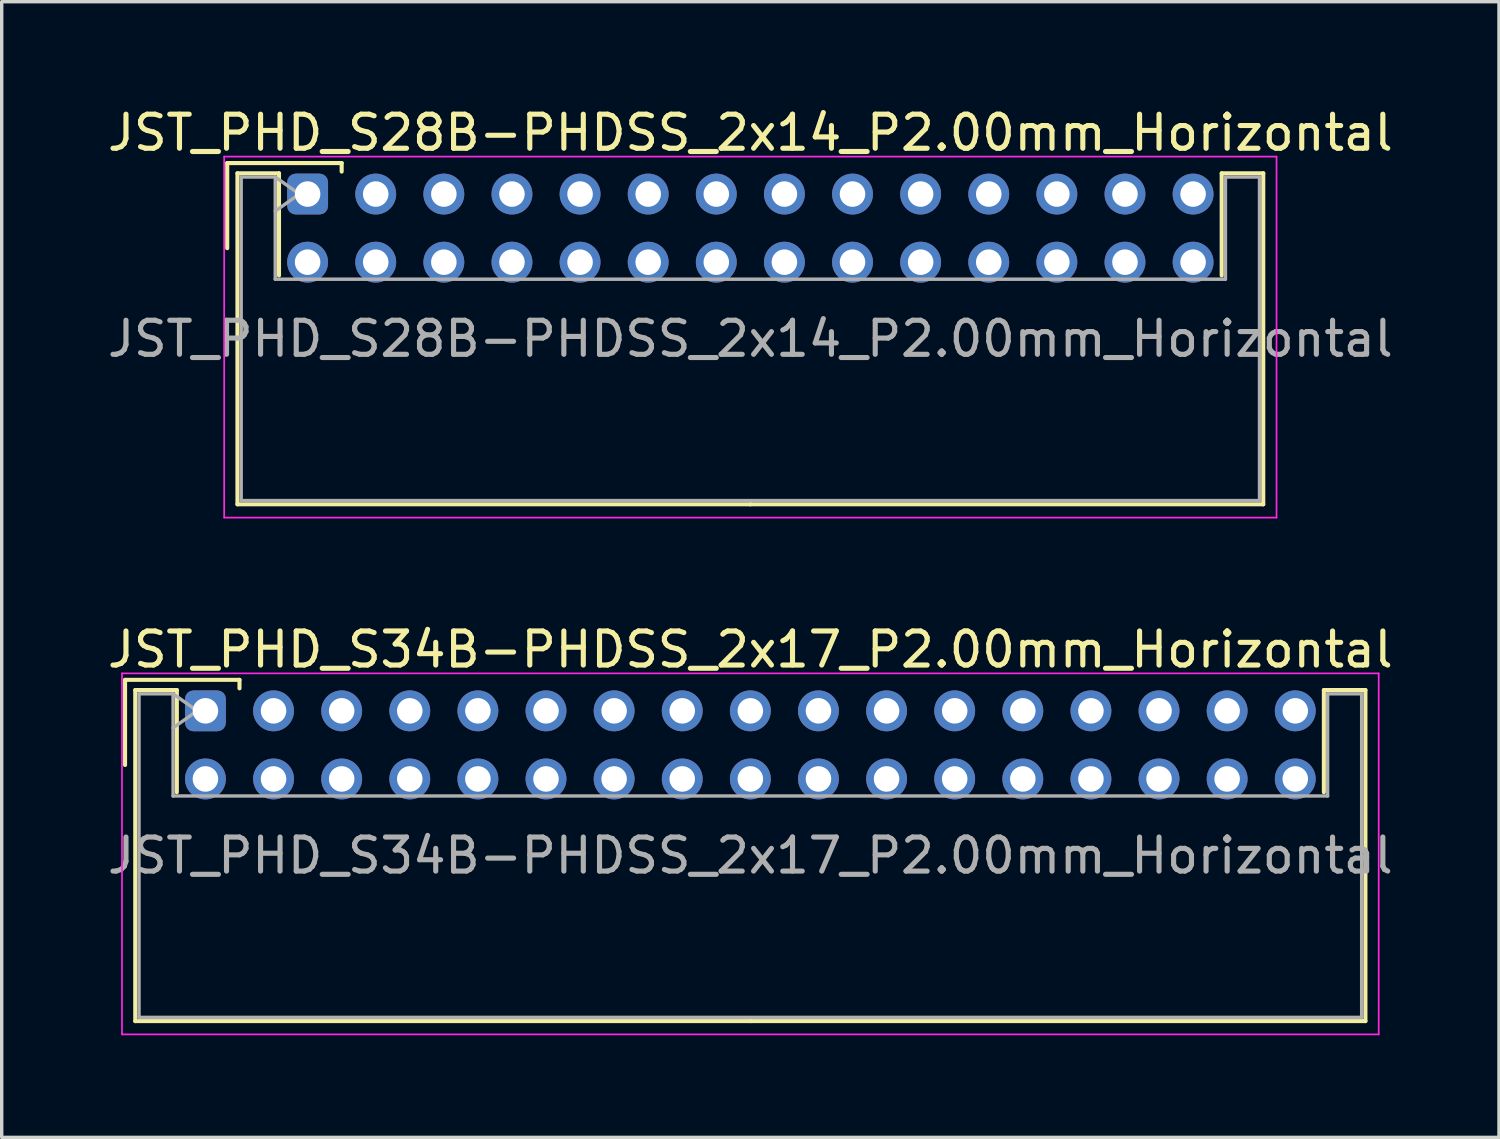
<source format=kicad_pcb>
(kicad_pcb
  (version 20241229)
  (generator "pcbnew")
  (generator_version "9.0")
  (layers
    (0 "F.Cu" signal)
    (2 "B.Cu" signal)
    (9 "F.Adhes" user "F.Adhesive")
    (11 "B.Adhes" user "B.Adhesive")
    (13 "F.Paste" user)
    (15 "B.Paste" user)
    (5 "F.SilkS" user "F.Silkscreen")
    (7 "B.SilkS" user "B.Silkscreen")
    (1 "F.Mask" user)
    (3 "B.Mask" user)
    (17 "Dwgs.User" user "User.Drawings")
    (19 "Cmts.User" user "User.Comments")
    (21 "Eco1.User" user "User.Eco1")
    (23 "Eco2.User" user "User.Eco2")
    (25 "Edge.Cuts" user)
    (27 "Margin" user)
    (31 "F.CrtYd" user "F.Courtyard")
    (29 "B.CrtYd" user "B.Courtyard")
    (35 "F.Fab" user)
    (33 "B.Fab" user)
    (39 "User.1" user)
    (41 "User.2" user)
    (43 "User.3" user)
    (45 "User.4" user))
  (footprint "JST_PHD_S34B-PHDSS_2x17_P2.00mm_Horizontal"
    (layer "F.Cu")
    (at 2.982 17.822)
    (property "Reference" "JST_PHD_S34B-PHDSS_2x17_P2.00mm_Horizontal" (at 16 -1.8 0) (layer "F.SilkS") (effects (font (size 1 1) (thickness 0.15))))
    (attr through_hole)
    (fp_line (start -2.36 -0.91) (end -2.36 1.59) (stroke (width 0.12) (type solid)) (layer "F.SilkS"))
    (fp_line (start -2.06 -0.61) (end -2.06 9.11) (stroke (width 0.12) (type solid)) (layer "F.SilkS"))
    (fp_line (start -2.06 9.11) (end 16 9.11) (stroke (width 0.12) (type solid)) (layer "F.SilkS"))
    (fp_line (start -0.84 -0.61) (end -2.06 -0.61) (stroke (width 0.12) (type solid)) (layer "F.SilkS"))
    (fp_line (start -0.84 2.39) (end -0.84 -0.61) (stroke (width 0.12) (type solid)) (layer "F.SilkS"))
    (fp_line (start 1 -0.91) (end -2.36 -0.91) (stroke (width 0.12) (type solid)) (layer "F.SilkS"))
    (fp_line (start 1 -0.66) (end 1 -0.91) (stroke (width 0.12) (type solid)) (layer "F.SilkS"))
    (fp_line (start 32.84 -0.61) (end 34.06 -0.61) (stroke (width 0.12) (type solid)) (layer "F.SilkS"))
    (fp_line (start 32.84 2.39) (end 32.84 -0.61) (stroke (width 0.12) (type solid)) (layer "F.SilkS"))
    (fp_line (start 34.06 -0.61) (end 34.06 9.11) (stroke (width 0.12) (type solid)) (layer "F.SilkS"))
    (fp_line (start 34.06 9.11) (end 16 9.11) (stroke (width 0.12) (type solid)) (layer "F.SilkS"))
    (fp_line (start -2.45 -1.1) (end -2.45 9.5) (stroke (width 0.05) (type solid)) (layer "F.CrtYd"))
    (fp_line (start -2.45 9.5) (end 34.45 9.5) (stroke (width 0.05) (type solid)) (layer "F.CrtYd"))
    (fp_line (start 34.45 -1.1) (end -2.45 -1.1) (stroke (width 0.05) (type solid)) (layer "F.CrtYd"))
    (fp_line (start 34.45 9.5) (end 34.45 -1.1) (stroke (width 0.05) (type solid)) (layer "F.CrtYd"))
    (fp_line (start -1.95 -0.5) (end -0.95 -0.5) (stroke (width 0.1) (type solid)) (layer "F.Fab"))
    (fp_line (start -1.95 9) (end -1.95 -0.5) (stroke (width 0.1) (type solid)) (layer "F.Fab"))
    (fp_line (start -0.95 -0.5) (end -0.95 2.5) (stroke (width 0.1) (type solid)) (layer "F.Fab"))
    (fp_line (start -0.95 -0.5) (end -0.243 0) (stroke (width 0.1) (type solid)) (layer "F.Fab"))
    (fp_line (start -0.95 2.5) (end 32.95 2.5) (stroke (width 0.1) (type solid)) (layer "F.Fab"))
    (fp_line (start -0.243 0) (end -0.95 0.5) (stroke (width 0.1) (type solid)) (layer "F.Fab"))
    (fp_line (start 32.95 -0.5) (end 33.95 -0.5) (stroke (width 0.1) (type solid)) (layer "F.Fab"))
    (fp_line (start 32.95 2.5) (end 32.95 -0.5) (stroke (width 0.1) (type solid)) (layer "F.Fab"))
    (fp_line (start 33.95 -0.5) (end 33.95 9) (stroke (width 0.1) (type solid)) (layer "F.Fab"))
    (fp_line (start 33.95 9) (end -1.95 9) (stroke (width 0.1) (type solid)) (layer "F.Fab"))
    (fp_text user "${REFERENCE}" (at 16 4.25 0) (layer "F.Fab") (effects (font (size 1 1) (thickness 0.15))))
    (pad "1" thru_hole roundrect (at 0 0) (size 1.2 1.2) (drill 0.75) (layers "*.Cu" "*.Mask") (roundrect_rratio 0.208))
    (pad "2" thru_hole circle (at 0 2) (size 1.2 1.2) (drill 0.75) (layers "*.Cu" "*.Mask"))
    (pad "3" thru_hole circle (at 2 0) (size 1.2 1.2) (drill 0.75) (layers "*.Cu" "*.Mask"))
    (pad "4" thru_hole circle (at 2 2) (size 1.2 1.2) (drill 0.75) (layers "*.Cu" "*.Mask"))
    (pad "5" thru_hole circle (at 4 0) (size 1.2 1.2) (drill 0.75) (layers "*.Cu" "*.Mask"))
    (pad "6" thru_hole circle (at 4 2) (size 1.2 1.2) (drill 0.75) (layers "*.Cu" "*.Mask"))
    (pad "7" thru_hole circle (at 6 0) (size 1.2 1.2) (drill 0.75) (layers "*.Cu" "*.Mask"))
    (pad "8" thru_hole circle (at 6 2) (size 1.2 1.2) (drill 0.75) (layers "*.Cu" "*.Mask"))
    (pad "9" thru_hole circle (at 8 0) (size 1.2 1.2) (drill 0.75) (layers "*.Cu" "*.Mask"))
    (pad "10" thru_hole circle (at 8 2) (size 1.2 1.2) (drill 0.75) (layers "*.Cu" "*.Mask"))
    (pad "11" thru_hole circle (at 10 0) (size 1.2 1.2) (drill 0.75) (layers "*.Cu" "*.Mask"))
    (pad "12" thru_hole circle (at 10 2) (size 1.2 1.2) (drill 0.75) (layers "*.Cu" "*.Mask"))
    (pad "13" thru_hole circle (at 12 0) (size 1.2 1.2) (drill 0.75) (layers "*.Cu" "*.Mask"))
    (pad "14" thru_hole circle (at 12 2) (size 1.2 1.2) (drill 0.75) (layers "*.Cu" "*.Mask"))
    (pad "15" thru_hole circle (at 14 0) (size 1.2 1.2) (drill 0.75) (layers "*.Cu" "*.Mask"))
    (pad "16" thru_hole circle (at 14 2) (size 1.2 1.2) (drill 0.75) (layers "*.Cu" "*.Mask"))
    (pad "17" thru_hole circle (at 16 0) (size 1.2 1.2) (drill 0.75) (layers "*.Cu" "*.Mask"))
    (pad "18" thru_hole circle (at 16 2) (size 1.2 1.2) (drill 0.75) (layers "*.Cu" "*.Mask"))
    (pad "19" thru_hole circle (at 18 0) (size 1.2 1.2) (drill 0.75) (layers "*.Cu" "*.Mask"))
    (pad "20" thru_hole circle (at 18 2) (size 1.2 1.2) (drill 0.75) (layers "*.Cu" "*.Mask"))
    (pad "21" thru_hole circle (at 20 0) (size 1.2 1.2) (drill 0.75) (layers "*.Cu" "*.Mask"))
    (pad "22" thru_hole circle (at 20 2) (size 1.2 1.2) (drill 0.75) (layers "*.Cu" "*.Mask"))
    (pad "23" thru_hole circle (at 22 0) (size 1.2 1.2) (drill 0.75) (layers "*.Cu" "*.Mask"))
    (pad "24" thru_hole circle (at 22 2) (size 1.2 1.2) (drill 0.75) (layers "*.Cu" "*.Mask"))
    (pad "25" thru_hole circle (at 24 0) (size 1.2 1.2) (drill 0.75) (layers "*.Cu" "*.Mask"))
    (pad "26" thru_hole circle (at 24 2) (size 1.2 1.2) (drill 0.75) (layers "*.Cu" "*.Mask"))
    (pad "27" thru_hole circle (at 26 0) (size 1.2 1.2) (drill 0.75) (layers "*.Cu" "*.Mask"))
    (pad "28" thru_hole circle (at 26 2) (size 1.2 1.2) (drill 0.75) (layers "*.Cu" "*.Mask"))
    (pad "29" thru_hole circle (at 28 0) (size 1.2 1.2) (drill 0.75) (layers "*.Cu" "*.Mask"))
    (pad "30" thru_hole circle (at 28 2) (size 1.2 1.2) (drill 0.75) (layers "*.Cu" "*.Mask"))
    (pad "31" thru_hole circle (at 30 0) (size 1.2 1.2) (drill 0.75) (layers "*.Cu" "*.Mask"))
    (pad "32" thru_hole circle (at 30 2) (size 1.2 1.2) (drill 0.75) (layers "*.Cu" "*.Mask"))
    (pad "33" thru_hole circle (at 32 0) (size 1.2 1.2) (drill 0.75) (layers "*.Cu" "*.Mask"))
    (pad "34" thru_hole circle (at 32 2) (size 1.2 1.2) (drill 0.75) (layers "*.Cu" "*.Mask")))
  (footprint "JST_PHD_S28B-PHDSS_2x14_P2.00mm_Horizontal"
    (layer "F.Cu")
    (at 5.982 2.648)
    (property "Reference" "JST_PHD_S28B-PHDSS_2x14_P2.00mm_Horizontal" (at 13 -1.8 0) (layer "F.SilkS") (effects (font (size 1 1) (thickness 0.15))))
    (attr through_hole)
    (fp_line (start -2.36 -0.91) (end -2.36 1.59) (stroke (width 0.12) (type solid)) (layer "F.SilkS"))
    (fp_line (start -2.06 -0.61) (end -2.06 9.11) (stroke (width 0.12) (type solid)) (layer "F.SilkS"))
    (fp_line (start -2.06 9.11) (end 13 9.11) (stroke (width 0.12) (type solid)) (layer "F.SilkS"))
    (fp_line (start -0.84 -0.61) (end -2.06 -0.61) (stroke (width 0.12) (type solid)) (layer "F.SilkS"))
    (fp_line (start -0.84 2.39) (end -0.84 -0.61) (stroke (width 0.12) (type solid)) (layer "F.SilkS"))
    (fp_line (start 1 -0.91) (end -2.36 -0.91) (stroke (width 0.12) (type solid)) (layer "F.SilkS"))
    (fp_line (start 1 -0.66) (end 1 -0.91) (stroke (width 0.12) (type solid)) (layer "F.SilkS"))
    (fp_line (start 26.84 -0.61) (end 28.06 -0.61) (stroke (width 0.12) (type solid)) (layer "F.SilkS"))
    (fp_line (start 26.84 2.39) (end 26.84 -0.61) (stroke (width 0.12) (type solid)) (layer "F.SilkS"))
    (fp_line (start 28.06 -0.61) (end 28.06 9.11) (stroke (width 0.12) (type solid)) (layer "F.SilkS"))
    (fp_line (start 28.06 9.11) (end 13 9.11) (stroke (width 0.12) (type solid)) (layer "F.SilkS"))
    (fp_line (start -2.45 -1.1) (end -2.45 9.5) (stroke (width 0.05) (type solid)) (layer "F.CrtYd"))
    (fp_line (start -2.45 9.5) (end 28.45 9.5) (stroke (width 0.05) (type solid)) (layer "F.CrtYd"))
    (fp_line (start 28.45 -1.1) (end -2.45 -1.1) (stroke (width 0.05) (type solid)) (layer "F.CrtYd"))
    (fp_line (start 28.45 9.5) (end 28.45 -1.1) (stroke (width 0.05) (type solid)) (layer "F.CrtYd"))
    (fp_line (start -1.95 -0.5) (end -0.95 -0.5) (stroke (width 0.1) (type solid)) (layer "F.Fab"))
    (fp_line (start -1.95 9) (end -1.95 -0.5) (stroke (width 0.1) (type solid)) (layer "F.Fab"))
    (fp_line (start -0.95 -0.5) (end -0.95 2.5) (stroke (width 0.1) (type solid)) (layer "F.Fab"))
    (fp_line (start -0.95 -0.5) (end -0.243 0) (stroke (width 0.1) (type solid)) (layer "F.Fab"))
    (fp_line (start -0.95 2.5) (end 26.95 2.5) (stroke (width 0.1) (type solid)) (layer "F.Fab"))
    (fp_line (start -0.243 0) (end -0.95 0.5) (stroke (width 0.1) (type solid)) (layer "F.Fab"))
    (fp_line (start 26.95 -0.5) (end 27.95 -0.5) (stroke (width 0.1) (type solid)) (layer "F.Fab"))
    (fp_line (start 26.95 2.5) (end 26.95 -0.5) (stroke (width 0.1) (type solid)) (layer "F.Fab"))
    (fp_line (start 27.95 -0.5) (end 27.95 9) (stroke (width 0.1) (type solid)) (layer "F.Fab"))
    (fp_line (start 27.95 9) (end -1.95 9) (stroke (width 0.1) (type solid)) (layer "F.Fab"))
    (fp_text user "${REFERENCE}" (at 13 4.25 0) (layer "F.Fab") (effects (font (size 1 1) (thickness 0.15))))
    (pad "1" thru_hole roundrect (at 0 0) (size 1.2 1.2) (drill 0.75) (layers "*.Cu" "*.Mask") (roundrect_rratio 0.208))
    (pad "2" thru_hole circle (at 0 2) (size 1.2 1.2) (drill 0.75) (layers "*.Cu" "*.Mask"))
    (pad "3" thru_hole circle (at 2 0) (size 1.2 1.2) (drill 0.75) (layers "*.Cu" "*.Mask"))
    (pad "4" thru_hole circle (at 2 2) (size 1.2 1.2) (drill 0.75) (layers "*.Cu" "*.Mask"))
    (pad "5" thru_hole circle (at 4 0) (size 1.2 1.2) (drill 0.75) (layers "*.Cu" "*.Mask"))
    (pad "6" thru_hole circle (at 4 2) (size 1.2 1.2) (drill 0.75) (layers "*.Cu" "*.Mask"))
    (pad "7" thru_hole circle (at 6 0) (size 1.2 1.2) (drill 0.75) (layers "*.Cu" "*.Mask"))
    (pad "8" thru_hole circle (at 6 2) (size 1.2 1.2) (drill 0.75) (layers "*.Cu" "*.Mask"))
    (pad "9" thru_hole circle (at 8 0) (size 1.2 1.2) (drill 0.75) (layers "*.Cu" "*.Mask"))
    (pad "10" thru_hole circle (at 8 2) (size 1.2 1.2) (drill 0.75) (layers "*.Cu" "*.Mask"))
    (pad "11" thru_hole circle (at 10 0) (size 1.2 1.2) (drill 0.75) (layers "*.Cu" "*.Mask"))
    (pad "12" thru_hole circle (at 10 2) (size 1.2 1.2) (drill 0.75) (layers "*.Cu" "*.Mask"))
    (pad "13" thru_hole circle (at 12 0) (size 1.2 1.2) (drill 0.75) (layers "*.Cu" "*.Mask"))
    (pad "14" thru_hole circle (at 12 2) (size 1.2 1.2) (drill 0.75) (layers "*.Cu" "*.Mask"))
    (pad "15" thru_hole circle (at 14 0) (size 1.2 1.2) (drill 0.75) (layers "*.Cu" "*.Mask"))
    (pad "16" thru_hole circle (at 14 2) (size 1.2 1.2) (drill 0.75) (layers "*.Cu" "*.Mask"))
    (pad "17" thru_hole circle (at 16 0) (size 1.2 1.2) (drill 0.75) (layers "*.Cu" "*.Mask"))
    (pad "18" thru_hole circle (at 16 2) (size 1.2 1.2) (drill 0.75) (layers "*.Cu" "*.Mask"))
    (pad "19" thru_hole circle (at 18 0) (size 1.2 1.2) (drill 0.75) (layers "*.Cu" "*.Mask"))
    (pad "20" thru_hole circle (at 18 2) (size 1.2 1.2) (drill 0.75) (layers "*.Cu" "*.Mask"))
    (pad "21" thru_hole circle (at 20 0) (size 1.2 1.2) (drill 0.75) (layers "*.Cu" "*.Mask"))
    (pad "22" thru_hole circle (at 20 2) (size 1.2 1.2) (drill 0.75) (layers "*.Cu" "*.Mask"))
    (pad "23" thru_hole circle (at 22 0) (size 1.2 1.2) (drill 0.75) (layers "*.Cu" "*.Mask"))
    (pad "24" thru_hole circle (at 22 2) (size 1.2 1.2) (drill 0.75) (layers "*.Cu" "*.Mask"))
    (pad "25" thru_hole circle (at 24 0) (size 1.2 1.2) (drill 0.75) (layers "*.Cu" "*.Mask"))
    (pad "26" thru_hole circle (at 24 2) (size 1.2 1.2) (drill 0.75) (layers "*.Cu" "*.Mask"))
    (pad "27" thru_hole circle (at 26 0) (size 1.2 1.2) (drill 0.75) (layers "*.Cu" "*.Mask"))
    (pad "28" thru_hole circle (at 26 2) (size 1.2 1.2) (drill 0.75) (layers "*.Cu" "*.Mask")))
  (gr_rect
    (start -3 -3)
    (end 40.964 30.346)
    (stroke (width 0.1) (type default))
    (fill no)
    (layer "Edge.Cuts")))
</source>
